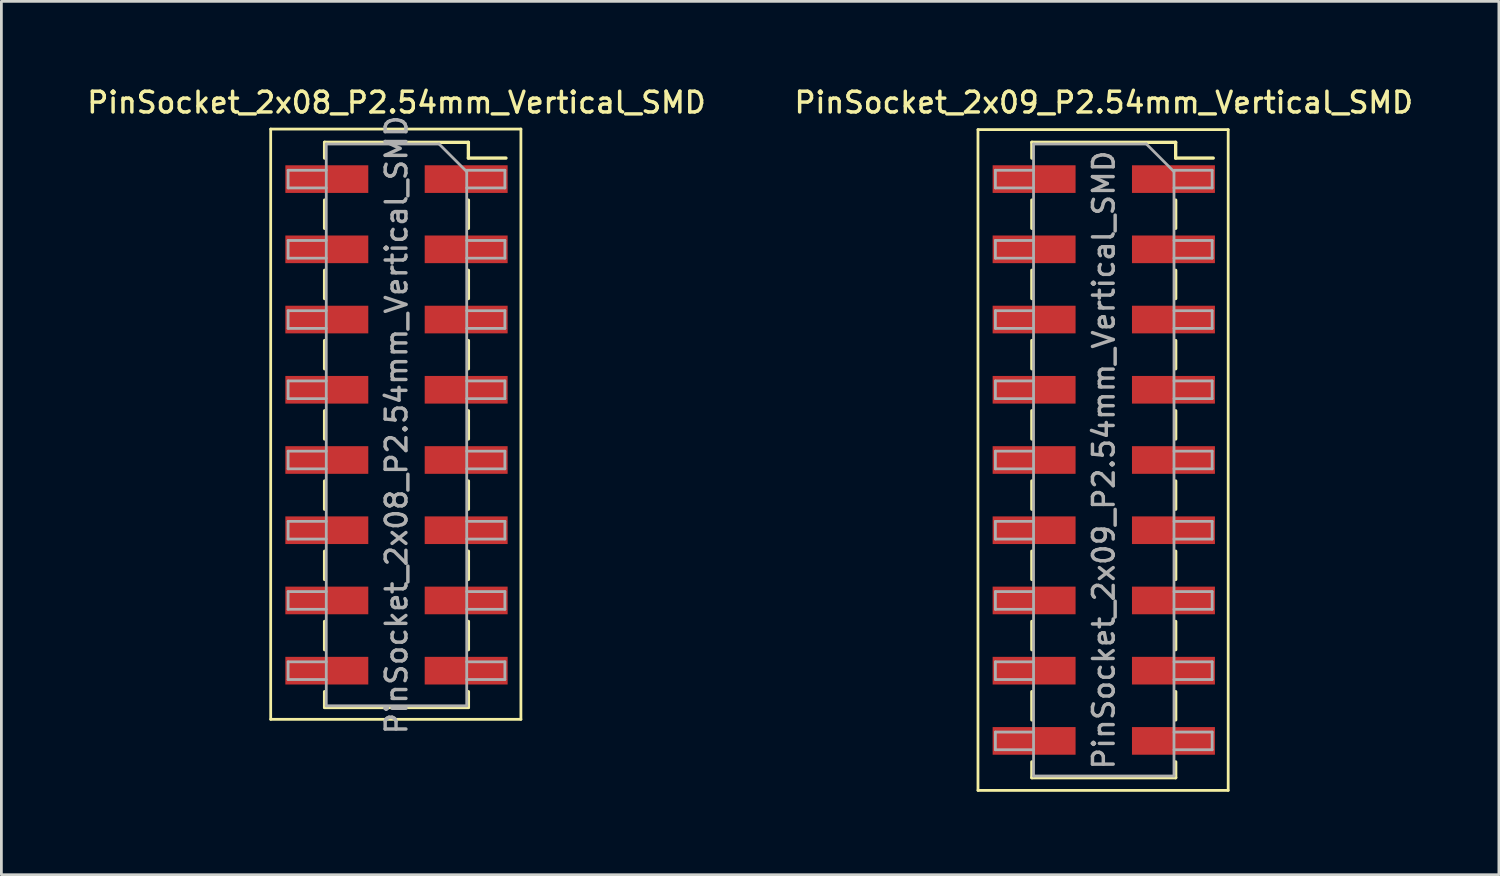
<source format=kicad_pcb>
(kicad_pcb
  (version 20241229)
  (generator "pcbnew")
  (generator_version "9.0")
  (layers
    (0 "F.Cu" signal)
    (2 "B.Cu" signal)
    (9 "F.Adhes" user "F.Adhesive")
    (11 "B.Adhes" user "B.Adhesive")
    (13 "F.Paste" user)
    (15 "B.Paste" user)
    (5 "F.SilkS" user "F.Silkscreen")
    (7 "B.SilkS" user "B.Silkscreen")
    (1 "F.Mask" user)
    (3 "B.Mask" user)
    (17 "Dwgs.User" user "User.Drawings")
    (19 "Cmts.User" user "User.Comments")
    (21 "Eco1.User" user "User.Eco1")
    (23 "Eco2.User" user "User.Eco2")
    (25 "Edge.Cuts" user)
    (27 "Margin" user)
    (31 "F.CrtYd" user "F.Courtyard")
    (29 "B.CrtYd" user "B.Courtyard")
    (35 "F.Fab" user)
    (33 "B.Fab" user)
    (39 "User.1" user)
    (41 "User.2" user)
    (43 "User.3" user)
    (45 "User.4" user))
  (footprint "PinSocket_2x08_P2.54mm_Vertical_SMD"
    (layer "F.Cu")
    (at 11.291 12.318)
    (property "Reference" "PinSocket_2x08_P2.54mm_Vertical_SMD" (at 0 -11.66 0) (layer "F.SilkS") (effects (font (size 0.75 0.75) (thickness 0.125))))
    (attr smd)
    (fp_line (start -4.55 -10.7) (end 4.5 -10.7) (stroke (width 0.1) (type solid)) (layer "F.SilkS"))
    (fp_line (start -4.55 10.65) (end -4.55 -10.7) (stroke (width 0.1) (type solid)) (layer "F.SilkS"))
    (fp_line (start -2.6 -10.22) (end -2.6 -9.65) (stroke (width 0.12) (type solid)) (layer "F.SilkS"))
    (fp_line (start -2.6 -10.22) (end 2.6 -10.22) (stroke (width 0.12) (type solid)) (layer "F.SilkS"))
    (fp_line (start -2.6 -8.13) (end -2.6 -7.11) (stroke (width 0.12) (type solid)) (layer "F.SilkS"))
    (fp_line (start -2.6 -5.59) (end -2.6 -4.57) (stroke (width 0.12) (type solid)) (layer "F.SilkS"))
    (fp_line (start -2.6 -3.05) (end -2.6 -2.03) (stroke (width 0.12) (type solid)) (layer "F.SilkS"))
    (fp_line (start -2.6 -0.51) (end -2.6 0.51) (stroke (width 0.12) (type solid)) (layer "F.SilkS"))
    (fp_line (start -2.6 2.03) (end -2.6 3.05) (stroke (width 0.12) (type solid)) (layer "F.SilkS"))
    (fp_line (start -2.6 4.57) (end -2.6 5.59) (stroke (width 0.12) (type solid)) (layer "F.SilkS"))
    (fp_line (start -2.6 7.11) (end -2.6 8.13) (stroke (width 0.12) (type solid)) (layer "F.SilkS"))
    (fp_line (start -2.6 9.65) (end -2.6 10.22) (stroke (width 0.12) (type solid)) (layer "F.SilkS"))
    (fp_line (start -2.6 10.22) (end 2.6 10.22) (stroke (width 0.12) (type solid)) (layer "F.SilkS"))
    (fp_line (start 2.6 -10.22) (end 2.6 -9.65) (stroke (width 0.12) (type solid)) (layer "F.SilkS"))
    (fp_line (start 2.6 -9.65) (end 3.96 -9.65) (stroke (width 0.12) (type solid)) (layer "F.SilkS"))
    (fp_line (start 2.6 -8.13) (end 2.6 -7.11) (stroke (width 0.12) (type solid)) (layer "F.SilkS"))
    (fp_line (start 2.6 -5.59) (end 2.6 -4.57) (stroke (width 0.12) (type solid)) (layer "F.SilkS"))
    (fp_line (start 2.6 -3.05) (end 2.6 -2.03) (stroke (width 0.12) (type solid)) (layer "F.SilkS"))
    (fp_line (start 2.6 -0.51) (end 2.6 0.51) (stroke (width 0.12) (type solid)) (layer "F.SilkS"))
    (fp_line (start 2.6 2.03) (end 2.6 3.05) (stroke (width 0.12) (type solid)) (layer "F.SilkS"))
    (fp_line (start 2.6 4.57) (end 2.6 5.59) (stroke (width 0.12) (type solid)) (layer "F.SilkS"))
    (fp_line (start 2.6 7.11) (end 2.6 8.13) (stroke (width 0.12) (type solid)) (layer "F.SilkS"))
    (fp_line (start 2.6 9.65) (end 2.6 10.22) (stroke (width 0.12) (type solid)) (layer "F.SilkS"))
    (fp_line (start 4.5 -10.7) (end 4.5 10.65) (stroke (width 0.1) (type solid)) (layer "F.SilkS"))
    (fp_line (start 4.5 10.65) (end -4.55 10.65) (stroke (width 0.1) (type solid)) (layer "F.SilkS"))
    (fp_line (start -3.92 -9.21) (end -2.54 -9.21) (stroke (width 0.1) (type solid)) (layer "F.Fab"))
    (fp_line (start -3.92 -8.57) (end -3.92 -9.21) (stroke (width 0.1) (type solid)) (layer "F.Fab"))
    (fp_line (start -3.92 -6.67) (end -2.54 -6.67) (stroke (width 0.1) (type solid)) (layer "F.Fab"))
    (fp_line (start -3.92 -6.03) (end -3.92 -6.67) (stroke (width 0.1) (type solid)) (layer "F.Fab"))
    (fp_line (start -3.92 -4.13) (end -2.54 -4.13) (stroke (width 0.1) (type solid)) (layer "F.Fab"))
    (fp_line (start -3.92 -3.49) (end -3.92 -4.13) (stroke (width 0.1) (type solid)) (layer "F.Fab"))
    (fp_line (start -3.92 -1.59) (end -2.54 -1.59) (stroke (width 0.1) (type solid)) (layer "F.Fab"))
    (fp_line (start -3.92 -0.95) (end -3.92 -1.59) (stroke (width 0.1) (type solid)) (layer "F.Fab"))
    (fp_line (start -3.92 0.95) (end -2.54 0.95) (stroke (width 0.1) (type solid)) (layer "F.Fab"))
    (fp_line (start -3.92 1.59) (end -3.92 0.95) (stroke (width 0.1) (type solid)) (layer "F.Fab"))
    (fp_line (start -3.92 3.49) (end -2.54 3.49) (stroke (width 0.1) (type solid)) (layer "F.Fab"))
    (fp_line (start -3.92 4.13) (end -3.92 3.49) (stroke (width 0.1) (type solid)) (layer "F.Fab"))
    (fp_line (start -3.92 6.03) (end -2.54 6.03) (stroke (width 0.1) (type solid)) (layer "F.Fab"))
    (fp_line (start -3.92 6.67) (end -3.92 6.03) (stroke (width 0.1) (type solid)) (layer "F.Fab"))
    (fp_line (start -3.92 8.57) (end -2.54 8.57) (stroke (width 0.1) (type solid)) (layer "F.Fab"))
    (fp_line (start -3.92 9.21) (end -3.92 8.57) (stroke (width 0.1) (type solid)) (layer "F.Fab"))
    (fp_line (start -2.54 -10.16) (end 1.54 -10.16) (stroke (width 0.1) (type solid)) (layer "F.Fab"))
    (fp_line (start -2.54 -8.57) (end -3.92 -8.57) (stroke (width 0.1) (type solid)) (layer "F.Fab"))
    (fp_line (start -2.54 -6.03) (end -3.92 -6.03) (stroke (width 0.1) (type solid)) (layer "F.Fab"))
    (fp_line (start -2.54 -3.49) (end -3.92 -3.49) (stroke (width 0.1) (type solid)) (layer "F.Fab"))
    (fp_line (start -2.54 -0.95) (end -3.92 -0.95) (stroke (width 0.1) (type solid)) (layer "F.Fab"))
    (fp_line (start -2.54 1.59) (end -3.92 1.59) (stroke (width 0.1) (type solid)) (layer "F.Fab"))
    (fp_line (start -2.54 4.13) (end -3.92 4.13) (stroke (width 0.1) (type solid)) (layer "F.Fab"))
    (fp_line (start -2.54 6.67) (end -3.92 6.67) (stroke (width 0.1) (type solid)) (layer "F.Fab"))
    (fp_line (start -2.54 9.21) (end -3.92 9.21) (stroke (width 0.1) (type solid)) (layer "F.Fab"))
    (fp_line (start -2.54 10.16) (end -2.54 -10.16) (stroke (width 0.1) (type solid)) (layer "F.Fab"))
    (fp_line (start 1.54 -10.16) (end 2.54 -9.16) (stroke (width 0.1) (type solid)) (layer "F.Fab"))
    (fp_line (start 2.54 -9.21) (end 3.92 -9.21) (stroke (width 0.1) (type solid)) (layer "F.Fab"))
    (fp_line (start 2.54 -9.16) (end 2.54 10.16) (stroke (width 0.1) (type solid)) (layer "F.Fab"))
    (fp_line (start 2.54 -6.67) (end 3.92 -6.67) (stroke (width 0.1) (type solid)) (layer "F.Fab"))
    (fp_line (start 2.54 -4.13) (end 3.92 -4.13) (stroke (width 0.1) (type solid)) (layer "F.Fab"))
    (fp_line (start 2.54 -1.59) (end 3.92 -1.59) (stroke (width 0.1) (type solid)) (layer "F.Fab"))
    (fp_line (start 2.54 0.95) (end 3.92 0.95) (stroke (width 0.1) (type solid)) (layer "F.Fab"))
    (fp_line (start 2.54 3.49) (end 3.92 3.49) (stroke (width 0.1) (type solid)) (layer "F.Fab"))
    (fp_line (start 2.54 6.03) (end 3.92 6.03) (stroke (width 0.1) (type solid)) (layer "F.Fab"))
    (fp_line (start 2.54 8.57) (end 3.92 8.57) (stroke (width 0.1) (type solid)) (layer "F.Fab"))
    (fp_line (start 2.54 10.16) (end -2.54 10.16) (stroke (width 0.1) (type solid)) (layer "F.Fab"))
    (fp_line (start 3.92 -9.21) (end 3.92 -8.57) (stroke (width 0.1) (type solid)) (layer "F.Fab"))
    (fp_line (start 3.92 -8.57) (end 2.54 -8.57) (stroke (width 0.1) (type solid)) (layer "F.Fab"))
    (fp_line (start 3.92 -6.67) (end 3.92 -6.03) (stroke (width 0.1) (type solid)) (layer "F.Fab"))
    (fp_line (start 3.92 -6.03) (end 2.54 -6.03) (stroke (width 0.1) (type solid)) (layer "F.Fab"))
    (fp_line (start 3.92 -4.13) (end 3.92 -3.49) (stroke (width 0.1) (type solid)) (layer "F.Fab"))
    (fp_line (start 3.92 -3.49) (end 2.54 -3.49) (stroke (width 0.1) (type solid)) (layer "F.Fab"))
    (fp_line (start 3.92 -1.59) (end 3.92 -0.95) (stroke (width 0.1) (type solid)) (layer "F.Fab"))
    (fp_line (start 3.92 -0.95) (end 2.54 -0.95) (stroke (width 0.1) (type solid)) (layer "F.Fab"))
    (fp_line (start 3.92 0.95) (end 3.92 1.59) (stroke (width 0.1) (type solid)) (layer "F.Fab"))
    (fp_line (start 3.92 1.59) (end 2.54 1.59) (stroke (width 0.1) (type solid)) (layer "F.Fab"))
    (fp_line (start 3.92 3.49) (end 3.92 4.13) (stroke (width 0.1) (type solid)) (layer "F.Fab"))
    (fp_line (start 3.92 4.13) (end 2.54 4.13) (stroke (width 0.1) (type solid)) (layer "F.Fab"))
    (fp_line (start 3.92 6.03) (end 3.92 6.67) (stroke (width 0.1) (type solid)) (layer "F.Fab"))
    (fp_line (start 3.92 6.67) (end 2.54 6.67) (stroke (width 0.1) (type solid)) (layer "F.Fab"))
    (fp_line (start 3.92 8.57) (end 3.92 9.21) (stroke (width 0.1) (type solid)) (layer "F.Fab"))
    (fp_line (start 3.92 9.21) (end 2.54 9.21) (stroke (width 0.1) (type solid)) (layer "F.Fab"))
    (fp_text user "${REFERENCE}" (at 0 0 90) (layer "F.Fab") (effects (font (size 0.75 0.75) (thickness 0.125))))
    (pad "1" smd rect (at 2.52 -8.89) (size 3 1) (layers "F.Cu" "F.Mask" "F.Paste"))
    (pad "2" smd rect (at -2.52 -8.89) (size 3 1) (layers "F.Cu" "F.Mask" "F.Paste"))
    (pad "3" smd rect (at 2.52 -6.35) (size 3 1) (layers "F.Cu" "F.Mask" "F.Paste"))
    (pad "4" smd rect (at -2.52 -6.35) (size 3 1) (layers "F.Cu" "F.Mask" "F.Paste"))
    (pad "5" smd rect (at 2.52 -3.81) (size 3 1) (layers "F.Cu" "F.Mask" "F.Paste"))
    (pad "6" smd rect (at -2.52 -3.81) (size 3 1) (layers "F.Cu" "F.Mask" "F.Paste"))
    (pad "7" smd rect (at 2.52 -1.27) (size 3 1) (layers "F.Cu" "F.Mask" "F.Paste"))
    (pad "8" smd rect (at -2.52 -1.27) (size 3 1) (layers "F.Cu" "F.Mask" "F.Paste"))
    (pad "9" smd rect (at 2.52 1.27) (size 3 1) (layers "F.Cu" "F.Mask" "F.Paste"))
    (pad "10" smd rect (at -2.52 1.27) (size 3 1) (layers "F.Cu" "F.Mask" "F.Paste"))
    (pad "11" smd rect (at 2.52 3.81) (size 3 1) (layers "F.Cu" "F.Mask" "F.Paste"))
    (pad "12" smd rect (at -2.52 3.81) (size 3 1) (layers "F.Cu" "F.Mask" "F.Paste"))
    (pad "13" smd rect (at 2.52 6.35) (size 3 1) (layers "F.Cu" "F.Mask" "F.Paste"))
    (pad "14" smd rect (at -2.52 6.35) (size 3 1) (layers "F.Cu" "F.Mask" "F.Paste"))
    (pad "15" smd rect (at 2.52 8.89) (size 3 1) (layers "F.Cu" "F.Mask" "F.Paste"))
    (pad "16" smd rect (at -2.52 8.89) (size 3 1) (layers "F.Cu" "F.Mask" "F.Paste")))
  (footprint "PinSocket_2x09_P2.54mm_Vertical_SMD"
    (layer "F.Cu")
    (at 36.873 13.588)
    (property "Reference" "PinSocket_2x09_P2.54mm_Vertical_SMD" (at 0 -12.93 0) (layer "F.SilkS") (effects (font (size 0.75 0.75) (thickness 0.125))))
    (attr smd)
    (fp_line (start -4.55 -11.95) (end 4.5 -11.95) (stroke (width 0.1) (type solid)) (layer "F.SilkS"))
    (fp_line (start -4.55 11.95) (end -4.55 -11.95) (stroke (width 0.1) (type solid)) (layer "F.SilkS"))
    (fp_line (start -2.6 -11.49) (end -2.6 -10.92) (stroke (width 0.12) (type solid)) (layer "F.SilkS"))
    (fp_line (start -2.6 -11.49) (end 2.6 -11.49) (stroke (width 0.12) (type solid)) (layer "F.SilkS"))
    (fp_line (start -2.6 -9.4) (end -2.6 -8.38) (stroke (width 0.12) (type solid)) (layer "F.SilkS"))
    (fp_line (start -2.6 -6.86) (end -2.6 -5.84) (stroke (width 0.12) (type solid)) (layer "F.SilkS"))
    (fp_line (start -2.6 -4.32) (end -2.6 -3.3) (stroke (width 0.12) (type solid)) (layer "F.SilkS"))
    (fp_line (start -2.6 -1.78) (end -2.6 -0.76) (stroke (width 0.12) (type solid)) (layer "F.SilkS"))
    (fp_line (start -2.6 0.76) (end -2.6 1.78) (stroke (width 0.12) (type solid)) (layer "F.SilkS"))
    (fp_line (start -2.6 3.3) (end -2.6 4.32) (stroke (width 0.12) (type solid)) (layer "F.SilkS"))
    (fp_line (start -2.6 5.84) (end -2.6 6.86) (stroke (width 0.12) (type solid)) (layer "F.SilkS"))
    (fp_line (start -2.6 8.38) (end -2.6 9.4) (stroke (width 0.12) (type solid)) (layer "F.SilkS"))
    (fp_line (start -2.6 10.92) (end -2.6 11.49) (stroke (width 0.12) (type solid)) (layer "F.SilkS"))
    (fp_line (start -2.6 11.49) (end 2.6 11.49) (stroke (width 0.12) (type solid)) (layer "F.SilkS"))
    (fp_line (start 2.6 -11.49) (end 2.6 -10.92) (stroke (width 0.12) (type solid)) (layer "F.SilkS"))
    (fp_line (start 2.6 -10.92) (end 3.96 -10.92) (stroke (width 0.12) (type solid)) (layer "F.SilkS"))
    (fp_line (start 2.6 -9.4) (end 2.6 -8.38) (stroke (width 0.12) (type solid)) (layer "F.SilkS"))
    (fp_line (start 2.6 -6.86) (end 2.6 -5.84) (stroke (width 0.12) (type solid)) (layer "F.SilkS"))
    (fp_line (start 2.6 -4.32) (end 2.6 -3.3) (stroke (width 0.12) (type solid)) (layer "F.SilkS"))
    (fp_line (start 2.6 -1.78) (end 2.6 -0.76) (stroke (width 0.12) (type solid)) (layer "F.SilkS"))
    (fp_line (start 2.6 0.76) (end 2.6 1.78) (stroke (width 0.12) (type solid)) (layer "F.SilkS"))
    (fp_line (start 2.6 3.3) (end 2.6 4.32) (stroke (width 0.12) (type solid)) (layer "F.SilkS"))
    (fp_line (start 2.6 5.84) (end 2.6 6.86) (stroke (width 0.12) (type solid)) (layer "F.SilkS"))
    (fp_line (start 2.6 8.38) (end 2.6 9.4) (stroke (width 0.12) (type solid)) (layer "F.SilkS"))
    (fp_line (start 2.6 10.92) (end 2.6 11.49) (stroke (width 0.12) (type solid)) (layer "F.SilkS"))
    (fp_line (start 4.5 -11.95) (end 4.5 11.95) (stroke (width 0.1) (type solid)) (layer "F.SilkS"))
    (fp_line (start 4.5 11.95) (end -4.55 11.95) (stroke (width 0.1) (type solid)) (layer "F.SilkS"))
    (fp_line (start -3.92 -10.48) (end -2.54 -10.48) (stroke (width 0.1) (type solid)) (layer "F.Fab"))
    (fp_line (start -3.92 -9.84) (end -3.92 -10.48) (stroke (width 0.1) (type solid)) (layer "F.Fab"))
    (fp_line (start -3.92 -7.94) (end -2.54 -7.94) (stroke (width 0.1) (type solid)) (layer "F.Fab"))
    (fp_line (start -3.92 -7.3) (end -3.92 -7.94) (stroke (width 0.1) (type solid)) (layer "F.Fab"))
    (fp_line (start -3.92 -5.4) (end -2.54 -5.4) (stroke (width 0.1) (type solid)) (layer "F.Fab"))
    (fp_line (start -3.92 -4.76) (end -3.92 -5.4) (stroke (width 0.1) (type solid)) (layer "F.Fab"))
    (fp_line (start -3.92 -2.86) (end -2.54 -2.86) (stroke (width 0.1) (type solid)) (layer "F.Fab"))
    (fp_line (start -3.92 -2.22) (end -3.92 -2.86) (stroke (width 0.1) (type solid)) (layer "F.Fab"))
    (fp_line (start -3.92 -0.32) (end -2.54 -0.32) (stroke (width 0.1) (type solid)) (layer "F.Fab"))
    (fp_line (start -3.92 0.32) (end -3.92 -0.32) (stroke (width 0.1) (type solid)) (layer "F.Fab"))
    (fp_line (start -3.92 2.22) (end -2.54 2.22) (stroke (width 0.1) (type solid)) (layer "F.Fab"))
    (fp_line (start -3.92 2.86) (end -3.92 2.22) (stroke (width 0.1) (type solid)) (layer "F.Fab"))
    (fp_line (start -3.92 4.76) (end -2.54 4.76) (stroke (width 0.1) (type solid)) (layer "F.Fab"))
    (fp_line (start -3.92 5.4) (end -3.92 4.76) (stroke (width 0.1) (type solid)) (layer "F.Fab"))
    (fp_line (start -3.92 7.3) (end -2.54 7.3) (stroke (width 0.1) (type solid)) (layer "F.Fab"))
    (fp_line (start -3.92 7.94) (end -3.92 7.3) (stroke (width 0.1) (type solid)) (layer "F.Fab"))
    (fp_line (start -3.92 9.84) (end -2.54 9.84) (stroke (width 0.1) (type solid)) (layer "F.Fab"))
    (fp_line (start -3.92 10.48) (end -3.92 9.84) (stroke (width 0.1) (type solid)) (layer "F.Fab"))
    (fp_line (start -2.54 -11.43) (end 1.54 -11.43) (stroke (width 0.1) (type solid)) (layer "F.Fab"))
    (fp_line (start -2.54 -9.84) (end -3.92 -9.84) (stroke (width 0.1) (type solid)) (layer "F.Fab"))
    (fp_line (start -2.54 -7.3) (end -3.92 -7.3) (stroke (width 0.1) (type solid)) (layer "F.Fab"))
    (fp_line (start -2.54 -4.76) (end -3.92 -4.76) (stroke (width 0.1) (type solid)) (layer "F.Fab"))
    (fp_line (start -2.54 -2.22) (end -3.92 -2.22) (stroke (width 0.1) (type solid)) (layer "F.Fab"))
    (fp_line (start -2.54 0.32) (end -3.92 0.32) (stroke (width 0.1) (type solid)) (layer "F.Fab"))
    (fp_line (start -2.54 2.86) (end -3.92 2.86) (stroke (width 0.1) (type solid)) (layer "F.Fab"))
    (fp_line (start -2.54 5.4) (end -3.92 5.4) (stroke (width 0.1) (type solid)) (layer "F.Fab"))
    (fp_line (start -2.54 7.94) (end -3.92 7.94) (stroke (width 0.1) (type solid)) (layer "F.Fab"))
    (fp_line (start -2.54 10.48) (end -3.92 10.48) (stroke (width 0.1) (type solid)) (layer "F.Fab"))
    (fp_line (start -2.54 11.43) (end -2.54 -11.43) (stroke (width 0.1) (type solid)) (layer "F.Fab"))
    (fp_line (start 1.54 -11.43) (end 2.54 -10.43) (stroke (width 0.1) (type solid)) (layer "F.Fab"))
    (fp_line (start 2.54 -10.48) (end 3.92 -10.48) (stroke (width 0.1) (type solid)) (layer "F.Fab"))
    (fp_line (start 2.54 -10.43) (end 2.54 11.43) (stroke (width 0.1) (type solid)) (layer "F.Fab"))
    (fp_line (start 2.54 -7.94) (end 3.92 -7.94) (stroke (width 0.1) (type solid)) (layer "F.Fab"))
    (fp_line (start 2.54 -5.4) (end 3.92 -5.4) (stroke (width 0.1) (type solid)) (layer "F.Fab"))
    (fp_line (start 2.54 -2.86) (end 3.92 -2.86) (stroke (width 0.1) (type solid)) (layer "F.Fab"))
    (fp_line (start 2.54 -0.32) (end 3.92 -0.32) (stroke (width 0.1) (type solid)) (layer "F.Fab"))
    (fp_line (start 2.54 2.22) (end 3.92 2.22) (stroke (width 0.1) (type solid)) (layer "F.Fab"))
    (fp_line (start 2.54 4.76) (end 3.92 4.76) (stroke (width 0.1) (type solid)) (layer "F.Fab"))
    (fp_line (start 2.54 7.3) (end 3.92 7.3) (stroke (width 0.1) (type solid)) (layer "F.Fab"))
    (fp_line (start 2.54 9.84) (end 3.92 9.84) (stroke (width 0.1) (type solid)) (layer "F.Fab"))
    (fp_line (start 2.54 11.43) (end -2.54 11.43) (stroke (width 0.1) (type solid)) (layer "F.Fab"))
    (fp_line (start 3.92 -10.48) (end 3.92 -9.84) (stroke (width 0.1) (type solid)) (layer "F.Fab"))
    (fp_line (start 3.92 -9.84) (end 2.54 -9.84) (stroke (width 0.1) (type solid)) (layer "F.Fab"))
    (fp_line (start 3.92 -7.94) (end 3.92 -7.3) (stroke (width 0.1) (type solid)) (layer "F.Fab"))
    (fp_line (start 3.92 -7.3) (end 2.54 -7.3) (stroke (width 0.1) (type solid)) (layer "F.Fab"))
    (fp_line (start 3.92 -5.4) (end 3.92 -4.76) (stroke (width 0.1) (type solid)) (layer "F.Fab"))
    (fp_line (start 3.92 -4.76) (end 2.54 -4.76) (stroke (width 0.1) (type solid)) (layer "F.Fab"))
    (fp_line (start 3.92 -2.86) (end 3.92 -2.22) (stroke (width 0.1) (type solid)) (layer "F.Fab"))
    (fp_line (start 3.92 -2.22) (end 2.54 -2.22) (stroke (width 0.1) (type solid)) (layer "F.Fab"))
    (fp_line (start 3.92 -0.32) (end 3.92 0.32) (stroke (width 0.1) (type solid)) (layer "F.Fab"))
    (fp_line (start 3.92 0.32) (end 2.54 0.32) (stroke (width 0.1) (type solid)) (layer "F.Fab"))
    (fp_line (start 3.92 2.22) (end 3.92 2.86) (stroke (width 0.1) (type solid)) (layer "F.Fab"))
    (fp_line (start 3.92 2.86) (end 2.54 2.86) (stroke (width 0.1) (type solid)) (layer "F.Fab"))
    (fp_line (start 3.92 4.76) (end 3.92 5.4) (stroke (width 0.1) (type solid)) (layer "F.Fab"))
    (fp_line (start 3.92 5.4) (end 2.54 5.4) (stroke (width 0.1) (type solid)) (layer "F.Fab"))
    (fp_line (start 3.92 7.3) (end 3.92 7.94) (stroke (width 0.1) (type solid)) (layer "F.Fab"))
    (fp_line (start 3.92 7.94) (end 2.54 7.94) (stroke (width 0.1) (type solid)) (layer "F.Fab"))
    (fp_line (start 3.92 9.84) (end 3.92 10.48) (stroke (width 0.1) (type solid)) (layer "F.Fab"))
    (fp_line (start 3.92 10.48) (end 2.54 10.48) (stroke (width 0.1) (type solid)) (layer "F.Fab"))
    (fp_text user "${REFERENCE}" (at 0 0 90) (layer "F.Fab") (effects (font (size 0.75 0.75) (thickness 0.125))))
    (pad "1" smd rect (at 2.52 -10.16) (size 3 1) (layers "F.Cu" "F.Mask" "F.Paste"))
    (pad "2" smd rect (at -2.52 -10.16) (size 3 1) (layers "F.Cu" "F.Mask" "F.Paste"))
    (pad "3" smd rect (at 2.52 -7.62) (size 3 1) (layers "F.Cu" "F.Mask" "F.Paste"))
    (pad "4" smd rect (at -2.52 -7.62) (size 3 1) (layers "F.Cu" "F.Mask" "F.Paste"))
    (pad "5" smd rect (at 2.52 -5.08) (size 3 1) (layers "F.Cu" "F.Mask" "F.Paste"))
    (pad "6" smd rect (at -2.52 -5.08) (size 3 1) (layers "F.Cu" "F.Mask" "F.Paste"))
    (pad "7" smd rect (at 2.52 -2.54) (size 3 1) (layers "F.Cu" "F.Mask" "F.Paste"))
    (pad "8" smd rect (at -2.52 -2.54) (size 3 1) (layers "F.Cu" "F.Mask" "F.Paste"))
    (pad "9" smd rect (at 2.52 0) (size 3 1) (layers "F.Cu" "F.Mask" "F.Paste"))
    (pad "10" smd rect (at -2.52 0) (size 3 1) (layers "F.Cu" "F.Mask" "F.Paste"))
    (pad "11" smd rect (at 2.52 2.54) (size 3 1) (layers "F.Cu" "F.Mask" "F.Paste"))
    (pad "12" smd rect (at -2.52 2.54) (size 3 1) (layers "F.Cu" "F.Mask" "F.Paste"))
    (pad "13" smd rect (at 2.52 5.08) (size 3 1) (layers "F.Cu" "F.Mask" "F.Paste"))
    (pad "14" smd rect (at -2.52 5.08) (size 3 1) (layers "F.Cu" "F.Mask" "F.Paste"))
    (pad "15" smd rect (at 2.52 7.62) (size 3 1) (layers "F.Cu" "F.Mask" "F.Paste"))
    (pad "16" smd rect (at -2.52 7.62) (size 3 1) (layers "F.Cu" "F.Mask" "F.Paste"))
    (pad "17" smd rect (at 2.52 10.16) (size 3 1) (layers "F.Cu" "F.Mask" "F.Paste"))
    (pad "18" smd rect (at -2.52 10.16) (size 3 1) (layers "F.Cu" "F.Mask" "F.Paste")))
  (gr_rect
    (start -3 -3)
    (end 51.164 28.588)
    (stroke (width 0.1) (type default))
    (fill no)
    (layer "Edge.Cuts")))
</source>
